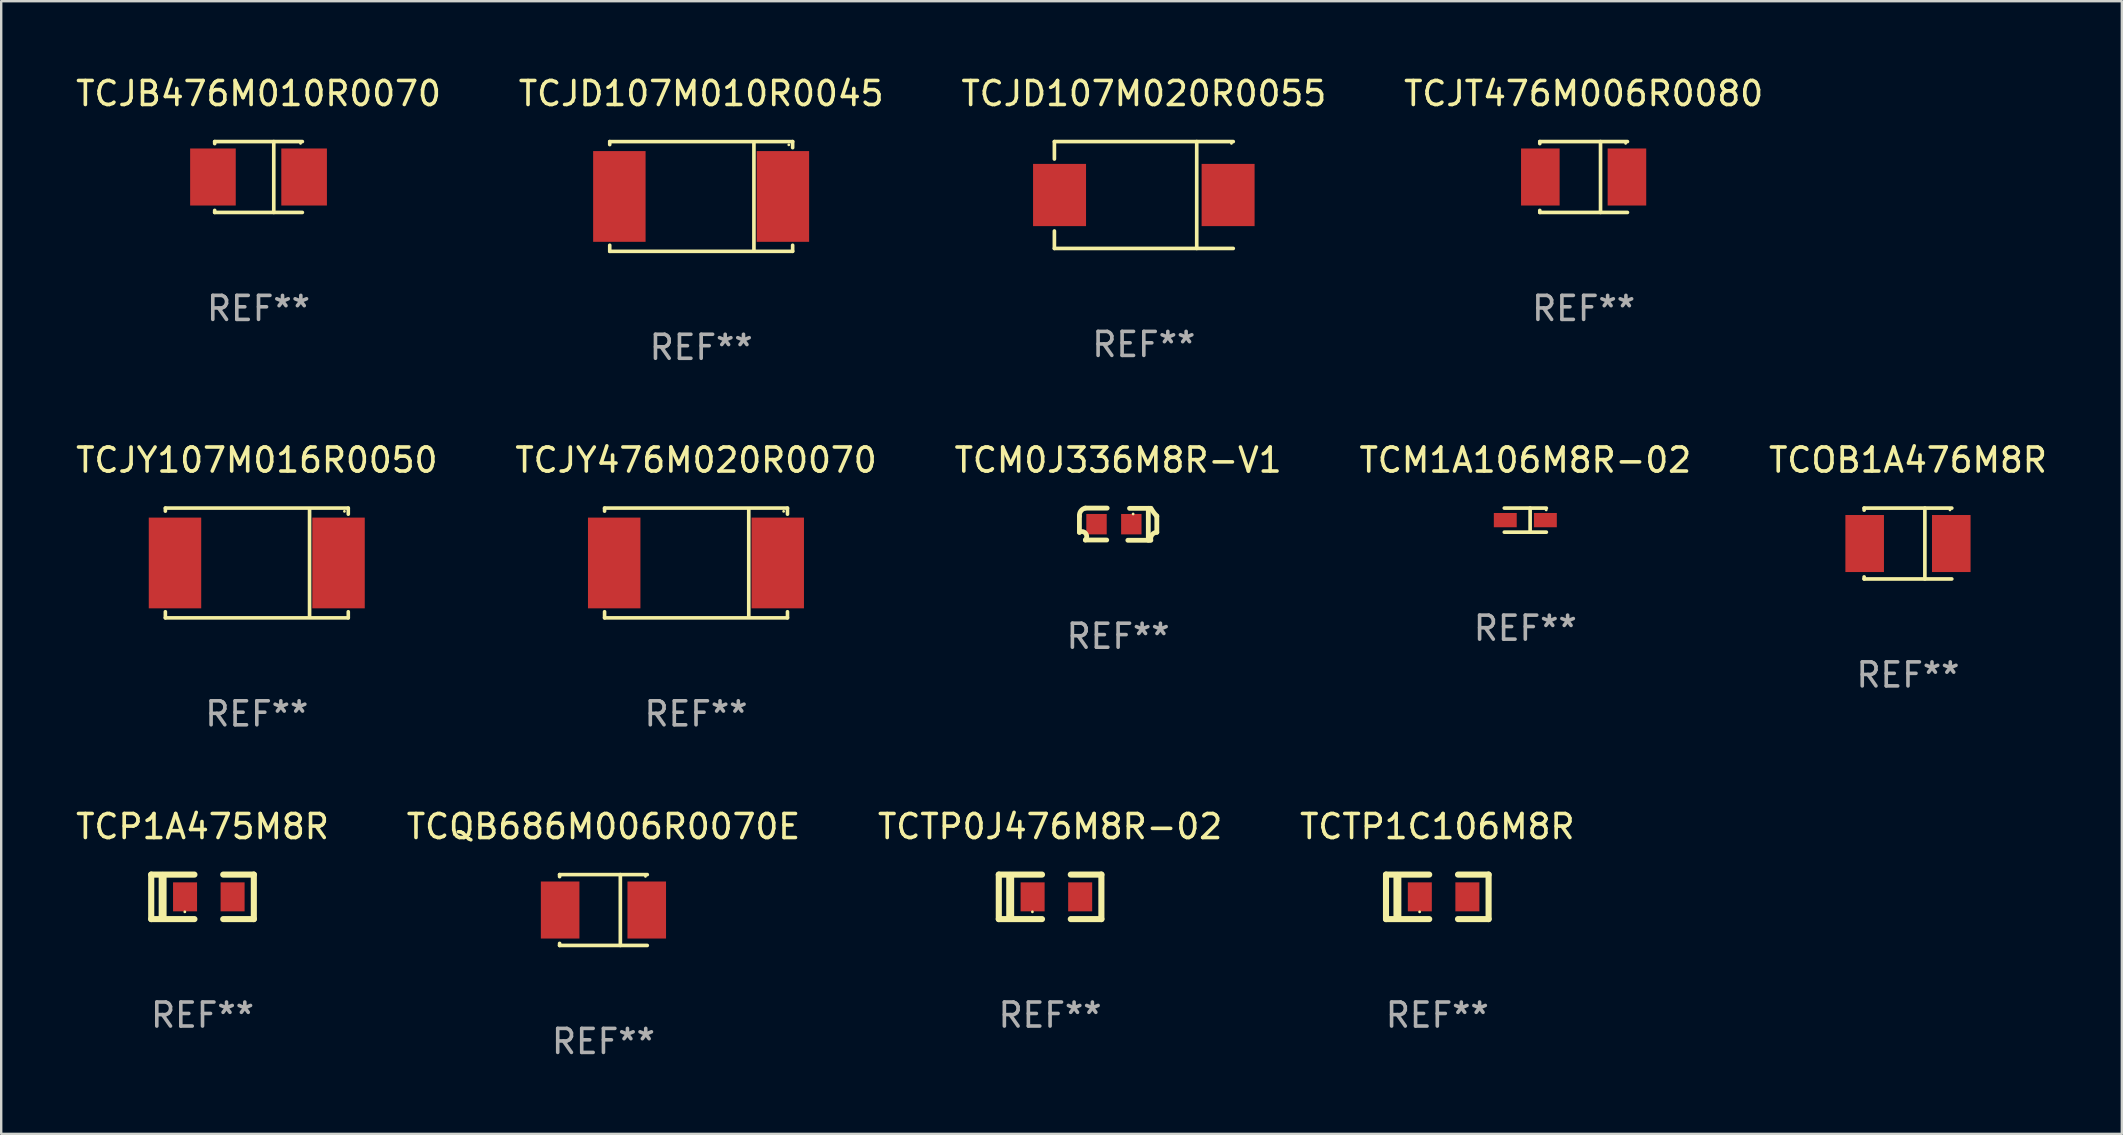
<source format=kicad_pcb>
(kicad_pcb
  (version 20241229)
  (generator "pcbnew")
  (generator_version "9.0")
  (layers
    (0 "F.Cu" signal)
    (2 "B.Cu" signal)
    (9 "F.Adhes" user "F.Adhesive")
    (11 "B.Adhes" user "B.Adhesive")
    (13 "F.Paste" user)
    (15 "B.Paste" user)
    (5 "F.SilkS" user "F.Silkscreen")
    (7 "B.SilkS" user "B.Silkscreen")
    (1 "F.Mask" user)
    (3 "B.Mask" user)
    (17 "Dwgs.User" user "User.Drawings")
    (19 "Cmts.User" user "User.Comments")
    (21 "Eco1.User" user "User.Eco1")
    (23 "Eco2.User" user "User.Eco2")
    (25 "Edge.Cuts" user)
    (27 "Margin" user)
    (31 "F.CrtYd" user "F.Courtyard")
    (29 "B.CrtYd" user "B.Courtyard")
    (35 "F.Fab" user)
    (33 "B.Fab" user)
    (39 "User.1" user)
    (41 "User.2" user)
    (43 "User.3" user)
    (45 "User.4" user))
  (footprint "TCOB1A476M8R"
    (layer "F.Cu")
    (at 76.435 19.593)
    (property "Reference" "TCOB1A476M8R" (at 0 -3.476 0) (layer "F.SilkS") (effects (font (size 1 1) (thickness 0.15))))
    (attr through_hole)
    (fp_line (start -1.826 -1.476) (end -1.826 -1.391) (stroke (width 0.152) (type solid)) (layer "F.SilkS"))
    (fp_line (start -1.826 -1.476) (end 1.826 -1.476) (stroke (width 0.152) (type solid)) (layer "F.SilkS"))
    (fp_line (start -1.826 1.476) (end -1.826 1.391) (stroke (width 0.152) (type solid)) (layer "F.SilkS"))
    (fp_line (start -1.826 1.476) (end 1.826 1.476) (stroke (width 0.152) (type solid)) (layer "F.SilkS"))
    (fp_line (start 0.704 -1.476) (end 0.704 1.476) (stroke (width 0.152) (type solid)) (layer "F.SilkS"))
    (fp_circle (center 1.75 -1.4) (end 1.78 -1.4) (stroke (width 0.06) (type solid)) (fill no) (layer "F.SilkS"))
    (fp_text user "REF**" (at 0 5.476 0) (layer "F.Fab") (effects (font (size 1 1) (thickness 0.15))))
    (pad "1" smd rect (at 1.804 0) (size 1.607 2.376) (layers "F.Cu" "F.Mask" "F.Paste"))
    (pad "2" smd rect (at -1.804 0) (size 1.607 2.376) (layers "F.Cu" "F.Mask" "F.Paste")))
  (footprint "TCTP0J476M8R-02"
    (layer "F.Cu")
    (at 40.696 34.312)
    (property "Reference" "TCTP0J476M8R-02" (at 0 -2.927 0) (layer "F.SilkS") (effects (font (size 1 1) (thickness 0.15))))
    (attr through_hole)
    (fp_line (start -2.137 0.927) (end -2.137 -0.927) (stroke (width 0.254) (type solid)) (layer "F.SilkS"))
    (fp_line (start -1.662 0.874) (end -1.662 -0.874) (stroke (width 0.33) (type solid)) (layer "F.SilkS"))
    (fp_line (start -0.337 -0.927) (end -2.137 -0.927) (stroke (width 0.254) (type solid)) (layer "F.SilkS"))
    (fp_line (start -0.337 0.927) (end -2.137 0.927) (stroke (width 0.254) (type solid)) (layer "F.SilkS"))
    (fp_line (start 0.862 0.927) (end 2.137 0.927) (stroke (width 0.254) (type solid)) (layer "F.SilkS"))
    (fp_line (start 2.137 -0.927) (end 0.862 -0.927) (stroke (width 0.254) (type solid)) (layer "F.SilkS"))
    (fp_line (start 2.137 0.927) (end 2.137 -0.927) (stroke (width 0.254) (type solid)) (layer "F.SilkS"))
    (fp_circle (center -0.737 0.625) (end -0.707 0.625) (stroke (width 0.06) (type solid)) (fill no) (layer "F.SilkS"))
    (fp_text user "REF**" (at 0 4.927 0) (layer "F.Fab") (effects (font (size 1 1) (thickness 0.15))))
    (pad "1" smd rect (at -0.728 0) (size 1 1.207) (layers "F.Cu" "F.Mask" "F.Paste"))
    (pad "2" smd rect (at 1.253 0) (size 1 1.207) (layers "F.Cu" "F.Mask" "F.Paste")))
  (footprint "TCJD107M010R0045"
    (layer "F.Cu")
    (at 26.161 5.134)
    (property "Reference" "TCJD107M010R0045" (at 0 -4.286 0) (layer "F.SilkS") (effects (font (size 1 1) (thickness 0.15))))
    (attr through_hole)
    (fp_line (start -3.81 -2.286) (end -3.81 -2.159) (stroke (width 0.15) (type solid)) (layer "F.SilkS"))
    (fp_line (start -3.81 2.032) (end -3.81 2.286) (stroke (width 0.15) (type solid)) (layer "F.SilkS"))
    (fp_line (start -3.81 2.286) (end 3.81 2.286) (stroke (width 0.15) (type solid)) (layer "F.SilkS"))
    (fp_line (start 2.197 -2.226) (end 2.197 2.226) (stroke (width 0.152) (type solid)) (layer "F.SilkS"))
    (fp_line (start 3.81 -2.286) (end -3.81 -2.286) (stroke (width 0.15) (type solid)) (layer "F.SilkS"))
    (fp_line (start 3.81 -2.032) (end 3.81 -2.286) (stroke (width 0.15) (type solid)) (layer "F.SilkS"))
    (fp_line (start 3.81 2.286) (end 3.81 2.032) (stroke (width 0.15) (type solid)) (layer "F.SilkS"))
    (fp_circle (center 3.65 -2.15) (end 3.68 -2.15) (stroke (width 0.06) (type solid)) (fill no) (layer "F.SilkS"))
    (fp_text user "REF**" (at 0 6.286 0) (layer "F.Fab") (effects (font (size 1 1) (thickness 0.15))))
    (pad "1" smd rect (at 3.404 0 180) (size 2.185 3.78) (layers "F.Cu" "F.Mask" "F.Paste"))
    (pad "2" smd rect (at -3.409 0 180) (size 2.185 3.78) (layers "F.Cu" "F.Mask" "F.Paste")))
  (footprint "TCM1A106M8R-02"
    (layer "F.Cu")
    (at 60.494 18.619)
    (property "Reference" "TCM1A106M8R-02" (at 0 -2.502 0) (layer "F.SilkS") (effects (font (size 1 1) (thickness 0.15))))
    (attr through_hole)
    (fp_line (start -0.876 -0.502) (end 0.876 -0.502) (stroke (width 0.152) (type solid)) (layer "F.SilkS"))
    (fp_line (start -0.876 0.501) (end 0.876 0.501) (stroke (width 0.152) (type solid)) (layer "F.SilkS"))
    (fp_line (start 0.2 -0.501) (end 0.2 0.502) (stroke (width 0.152) (type solid)) (layer "F.SilkS"))
    (fp_circle (center 0.869 -0.426) (end 0.899 -0.426) (stroke (width 0.06) (type solid)) (fill no) (layer "F.SilkS"))
    (fp_text user "REF**" (at 0 4.502 0) (layer "F.Fab") (effects (font (size 1 1) (thickness 0.15))))
    (pad "1" smd rect (at 0.835 -0.001) (size 0.954 0.594) (layers "F.Cu" "F.Mask" "F.Paste"))
    (pad "2" smd rect (at -0.835 -0.001) (size 0.954 0.594) (layers "F.Cu" "F.Mask" "F.Paste")))
  (footprint "TCM0J336M8R-V1"
    (layer "F.Cu")
    (at 43.53 18.787)
    (property "Reference" "TCM0J336M8R-V1" (at 0 -2.67 0) (layer "F.SilkS") (effects (font (size 1 1) (thickness 0.15))))
    (attr through_hole)
    (fp_line (start -1.612 -0.337) (end -1.612 0.347) (stroke (width 0.2) (type solid)) (layer "F.SilkS"))
    (fp_line (start -1.365 -0.67) (end -0.455 -0.67) (stroke (width 0.2) (type solid)) (layer "F.SilkS"))
    (fp_line (start -1.365 0.66) (end -0.475 0.66) (stroke (width 0.2) (type solid)) (layer "F.SilkS"))
    (fp_line (start 1.258 -0.66) (end 1.258 0.67) (stroke (width 0.2) (type solid)) (layer "F.SilkS"))
    (fp_line (start 1.315 0.67) (end 0.405 0.67) (stroke (width 0.2) (type solid)) (layer "F.SilkS"))
    (fp_line (start 1.365 -0.66) (end 0.475 -0.66) (stroke (width 0.2) (type solid)) (layer "F.SilkS"))
    (fp_line (start 1.612 0.337) (end 1.612 -0.347) (stroke (width 0.2) (type solid)) (layer "F.SilkS"))
    (fp_arc (start -1.611685 -0.33749) (mid -1.551639 -0.550734) (end -1.364948 -0.670003) (stroke (width 0.2) (type solid)) (layer "F.SilkS"))
    (fp_arc (start -1.611684 0.327432) (mid -1.348512 0.38999) (end -1.364948 0.659995) (stroke (width 0.2) (type solid)) (layer "F.SilkS"))
    (fp_arc (start 1.364948 0.669952) (mid 1.409994 0.445562) (end 1.611684 0.33739) (stroke (width 0.2) (type solid)) (layer "F.SilkS"))
    (fp_arc (start 1.611684 -0.327534) (mid 1.482088 -0.489181) (end 1.364948 -0.660071) (stroke (width 0.2) (type solid)) (layer "F.SilkS"))
    (fp_circle (center 0.625 -0.425) (end 0.655 -0.425) (stroke (width 0.06) (type solid)) (fill no) (layer "F.SilkS"))
    (fp_text user "REF**" (at 0 4.67 0) (layer "F.Fab") (effects (font (size 1 1) (thickness 0.15))))
    (pad "1" smd rect (at 0.55 0) (size 0.85 0.85) (layers "F.Cu" "F.Mask" "F.Paste"))
    (pad "2" smd rect (at -0.9 0) (size 0.85 0.85) (layers "F.Cu" "F.Mask" "F.Paste")))
  (footprint "TCJT476M006R0080"
    (layer "F.Cu")
    (at 62.923 4.324)
    (property "Reference" "TCJT476M006R0080" (at 0 -3.476 0) (layer "F.SilkS") (effects (font (size 1 1) (thickness 0.15))))
    (attr through_hole)
    (fp_line (start -1.826 -1.476) (end -1.826 -1.391) (stroke (width 0.152) (type solid)) (layer "F.SilkS"))
    (fp_line (start -1.826 -1.476) (end 1.826 -1.476) (stroke (width 0.152) (type solid)) (layer "F.SilkS"))
    (fp_line (start -1.826 1.476) (end -1.826 1.391) (stroke (width 0.152) (type solid)) (layer "F.SilkS"))
    (fp_line (start -1.826 1.476) (end 1.826 1.476) (stroke (width 0.152) (type solid)) (layer "F.SilkS"))
    (fp_line (start 0.704 -1.476) (end 0.704 1.476) (stroke (width 0.152) (type solid)) (layer "F.SilkS"))
    (fp_circle (center 1.75 -1.4) (end 1.78 -1.4) (stroke (width 0.06) (type solid)) (fill no) (layer "F.SilkS"))
    (fp_text user "REF**" (at 0 5.476 0) (layer "F.Fab") (effects (font (size 1 1) (thickness 0.15))))
    (pad "1" smd rect (at 1.804 0) (size 1.607 2.376) (layers "F.Cu" "F.Mask" "F.Paste"))
    (pad "2" smd rect (at -1.804 0) (size 1.607 2.376) (layers "F.Cu" "F.Mask" "F.Paste")))
  (footprint "TCJD107M020R0055"
    (layer "F.Cu")
    (at 44.601 5.074)
    (property "Reference" "TCJD107M020R0055" (at 0 -4.226 0) (layer "F.SilkS") (effects (font (size 1 1) (thickness 0.15))))
    (attr through_hole)
    (fp_line (start -3.726 -2.226) (end -3.726 -1.499) (stroke (width 0.152) (type solid)) (layer "F.SilkS"))
    (fp_line (start -3.726 -2.226) (end 3.726 -2.226) (stroke (width 0.152) (type solid)) (layer "F.SilkS"))
    (fp_line (start -3.726 2.226) (end -3.726 1.499) (stroke (width 0.152) (type solid)) (layer "F.SilkS"))
    (fp_line (start -3.726 2.226) (end 3.726 2.226) (stroke (width 0.152) (type solid)) (layer "F.SilkS"))
    (fp_line (start 2.204 -2.226) (end 2.204 2.226) (stroke (width 0.152) (type solid)) (layer "F.SilkS"))
    (fp_circle (center 3.65 -2.15) (end 3.68 -2.15) (stroke (width 0.06) (type solid)) (fill no) (layer "F.SilkS"))
    (fp_text user "REF**" (at 0 6.226 0) (layer "F.Fab") (effects (font (size 1 1) (thickness 0.15))))
    (pad "1" smd rect (at 3.511 0) (size 2.207 2.592) (layers "F.Cu" "F.Mask" "F.Paste"))
    (pad "2" smd rect (at -3.511 0) (size 2.207 2.592) (layers "F.Cu" "F.Mask" "F.Paste")))
  (footprint "TCJY107M016R0050"
    (layer "F.Cu")
    (at 7.649 20.403)
    (property "Reference" "TCJY107M016R0050" (at 0 -4.286 0) (layer "F.SilkS") (effects (font (size 1 1) (thickness 0.15))))
    (attr through_hole)
    (fp_line (start -3.81 -2.286) (end -3.81 -2.159) (stroke (width 0.15) (type solid)) (layer "F.SilkS"))
    (fp_line (start -3.81 2.032) (end -3.81 2.286) (stroke (width 0.15) (type solid)) (layer "F.SilkS"))
    (fp_line (start -3.81 2.286) (end 3.81 2.286) (stroke (width 0.15) (type solid)) (layer "F.SilkS"))
    (fp_line (start 2.197 -2.226) (end 2.197 2.226) (stroke (width 0.152) (type solid)) (layer "F.SilkS"))
    (fp_line (start 3.81 -2.286) (end -3.81 -2.286) (stroke (width 0.15) (type solid)) (layer "F.SilkS"))
    (fp_line (start 3.81 -2.032) (end 3.81 -2.286) (stroke (width 0.15) (type solid)) (layer "F.SilkS"))
    (fp_line (start 3.81 2.286) (end 3.81 2.032) (stroke (width 0.15) (type solid)) (layer "F.SilkS"))
    (fp_circle (center 3.65 -2.15) (end 3.68 -2.15) (stroke (width 0.06) (type solid)) (fill no) (layer "F.SilkS"))
    (fp_text user "REF**" (at 0 6.286 0) (layer "F.Fab") (effects (font (size 1 1) (thickness 0.15))))
    (pad "1" smd rect (at 3.404 0 180) (size 2.185 3.78) (layers "F.Cu" "F.Mask" "F.Paste"))
    (pad "2" smd rect (at -3.409 0 180) (size 2.185 3.78) (layers "F.Cu" "F.Mask" "F.Paste")))
  (footprint "TCJB476M010R0070"
    (layer "F.Cu")
    (at 7.72 4.324)
    (property "Reference" "TCJB476M010R0070" (at 0 -3.476 0) (layer "F.SilkS") (effects (font (size 1 1) (thickness 0.15))))
    (attr through_hole)
    (fp_line (start -1.826 -1.476) (end -1.826 -1.391) (stroke (width 0.152) (type solid)) (layer "F.SilkS"))
    (fp_line (start -1.826 -1.476) (end 1.826 -1.476) (stroke (width 0.152) (type solid)) (layer "F.SilkS"))
    (fp_line (start -1.826 1.476) (end -1.826 1.391) (stroke (width 0.152) (type solid)) (layer "F.SilkS"))
    (fp_line (start -1.826 1.476) (end 1.826 1.476) (stroke (width 0.152) (type solid)) (layer "F.SilkS"))
    (fp_line (start 0.635 -1.476) (end 0.635 1.476) (stroke (width 0.152) (type solid)) (layer "F.SilkS"))
    (fp_circle (center 1.75 -1.4) (end 1.78 -1.4) (stroke (width 0.06) (type solid)) (fill no) (layer "F.SilkS"))
    (fp_text user "REF**" (at 0 5.476 0) (layer "F.Fab") (effects (font (size 1 1) (thickness 0.15))))
    (pad "1" smd rect (at 1.899 0) (size 1.9 2.376) (layers "F.Cu" "F.Mask" "F.Paste"))
    (pad "2" smd rect (at -1.899 0) (size 1.9 2.376) (layers "F.Cu" "F.Mask" "F.Paste")))
  (footprint "TCJY476M020R0070"
    (layer "F.Cu")
    (at 25.946 20.403)
    (property "Reference" "TCJY476M020R0070" (at 0 -4.286 0) (layer "F.SilkS") (effects (font (size 1 1) (thickness 0.15))))
    (attr through_hole)
    (fp_line (start -3.81 -2.286) (end -3.81 -2.159) (stroke (width 0.15) (type solid)) (layer "F.SilkS"))
    (fp_line (start -3.81 2.032) (end -3.81 2.286) (stroke (width 0.15) (type solid)) (layer "F.SilkS"))
    (fp_line (start -3.81 2.286) (end 3.81 2.286) (stroke (width 0.15) (type solid)) (layer "F.SilkS"))
    (fp_line (start 2.197 -2.226) (end 2.197 2.226) (stroke (width 0.152) (type solid)) (layer "F.SilkS"))
    (fp_line (start 3.81 -2.286) (end -3.81 -2.286) (stroke (width 0.15) (type solid)) (layer "F.SilkS"))
    (fp_line (start 3.81 -2.032) (end 3.81 -2.286) (stroke (width 0.15) (type solid)) (layer "F.SilkS"))
    (fp_line (start 3.81 2.286) (end 3.81 2.032) (stroke (width 0.15) (type solid)) (layer "F.SilkS"))
    (fp_circle (center 3.65 -2.15) (end 3.68 -2.15) (stroke (width 0.06) (type solid)) (fill no) (layer "F.SilkS"))
    (fp_text user "REF**" (at 0 6.286 0) (layer "F.Fab") (effects (font (size 1 1) (thickness 0.15))))
    (pad "1" smd rect (at 3.404 0 180) (size 2.185 3.78) (layers "F.Cu" "F.Mask" "F.Paste"))
    (pad "2" smd rect (at -3.409 0 180) (size 2.185 3.78) (layers "F.Cu" "F.Mask" "F.Paste")))
  (footprint "TCP1A475M8R"
    (layer "F.Cu")
    (at 5.387 34.312)
    (property "Reference" "TCP1A475M8R" (at 0 -2.927 0) (layer "F.SilkS") (effects (font (size 1 1) (thickness 0.15))))
    (attr through_hole)
    (fp_line (start -2.137 0.927) (end -2.137 -0.927) (stroke (width 0.254) (type solid)) (layer "F.SilkS"))
    (fp_line (start -1.662 0.874) (end -1.662 -0.874) (stroke (width 0.33) (type solid)) (layer "F.SilkS"))
    (fp_line (start -0.337 -0.927) (end -2.137 -0.927) (stroke (width 0.254) (type solid)) (layer "F.SilkS"))
    (fp_line (start -0.337 0.927) (end -2.137 0.927) (stroke (width 0.254) (type solid)) (layer "F.SilkS"))
    (fp_line (start 0.862 0.927) (end 2.137 0.927) (stroke (width 0.254) (type solid)) (layer "F.SilkS"))
    (fp_line (start 2.137 -0.927) (end 0.862 -0.927) (stroke (width 0.254) (type solid)) (layer "F.SilkS"))
    (fp_line (start 2.137 0.927) (end 2.137 -0.927) (stroke (width 0.254) (type solid)) (layer "F.SilkS"))
    (fp_circle (center -0.737 0.625) (end -0.707 0.625) (stroke (width 0.06) (type solid)) (fill no) (layer "F.SilkS"))
    (fp_text user "REF**" (at 0 4.927 0) (layer "F.Fab") (effects (font (size 1 1) (thickness 0.15))))
    (pad "1" smd rect (at -0.728 0) (size 1 1.207) (layers "F.Cu" "F.Mask" "F.Paste"))
    (pad "2" smd rect (at 1.253 0) (size 1 1.207) (layers "F.Cu" "F.Mask" "F.Paste")))
  (footprint "TCQB686M006R0070E"
    (layer "F.Cu")
    (at 22.089 34.861)
    (property "Reference" "TCQB686M006R0070E" (at 0 -3.476 0) (layer "F.SilkS") (effects (font (size 1 1) (thickness 0.15))))
    (attr through_hole)
    (fp_line (start -1.826 -1.476) (end -1.826 -1.391) (stroke (width 0.152) (type solid)) (layer "F.SilkS"))
    (fp_line (start -1.826 -1.476) (end 1.826 -1.476) (stroke (width 0.152) (type solid)) (layer "F.SilkS"))
    (fp_line (start -1.826 1.476) (end -1.826 1.391) (stroke (width 0.152) (type solid)) (layer "F.SilkS"))
    (fp_line (start -1.826 1.476) (end 1.826 1.476) (stroke (width 0.152) (type solid)) (layer "F.SilkS"))
    (fp_line (start 0.704 -1.476) (end 0.704 1.476) (stroke (width 0.152) (type solid)) (layer "F.SilkS"))
    (fp_circle (center 1.75 -1.4) (end 1.78 -1.4) (stroke (width 0.06) (type solid)) (fill no) (layer "F.SilkS"))
    (fp_text user "REF**" (at 0 5.476 0) (layer "F.Fab") (effects (font (size 1 1) (thickness 0.15))))
    (pad "1" smd rect (at 1.804 0) (size 1.607 2.376) (layers "F.Cu" "F.Mask" "F.Paste"))
    (pad "2" smd rect (at -1.804 0) (size 1.607 2.376) (layers "F.Cu" "F.Mask" "F.Paste")))
  (footprint "TCTP1C106M8R"
    (layer "F.Cu")
    (at 56.827 34.312)
    (property "Reference" "TCTP1C106M8R" (at 0 -2.927 0) (layer "F.SilkS") (effects (font (size 1 1) (thickness 0.15))))
    (attr through_hole)
    (fp_line (start -2.137 0.927) (end -2.137 -0.927) (stroke (width 0.254) (type solid)) (layer "F.SilkS"))
    (fp_line (start -1.662 0.874) (end -1.662 -0.874) (stroke (width 0.33) (type solid)) (layer "F.SilkS"))
    (fp_line (start -0.337 -0.927) (end -2.137 -0.927) (stroke (width 0.254) (type solid)) (layer "F.SilkS"))
    (fp_line (start -0.337 0.927) (end -2.137 0.927) (stroke (width 0.254) (type solid)) (layer "F.SilkS"))
    (fp_line (start 0.862 0.927) (end 2.137 0.927) (stroke (width 0.254) (type solid)) (layer "F.SilkS"))
    (fp_line (start 2.137 -0.927) (end 0.862 -0.927) (stroke (width 0.254) (type solid)) (layer "F.SilkS"))
    (fp_line (start 2.137 0.927) (end 2.137 -0.927) (stroke (width 0.254) (type solid)) (layer "F.SilkS"))
    (fp_circle (center -0.737 0.625) (end -0.707 0.625) (stroke (width 0.06) (type solid)) (fill no) (layer "F.SilkS"))
    (fp_text user "REF**" (at 0 4.927 0) (layer "F.Fab") (effects (font (size 1 1) (thickness 0.15))))
    (pad "1" smd rect (at -0.728 0) (size 1 1.207) (layers "F.Cu" "F.Mask" "F.Paste"))
    (pad "2" smd rect (at 1.253 0) (size 1 1.207) (layers "F.Cu" "F.Mask" "F.Paste")))
  (gr_rect
    (start -3 -3)
    (end 85.345 44.186)
    (stroke (width 0.1) (type default))
    (fill no)
    (layer "Edge.Cuts")))
</source>
